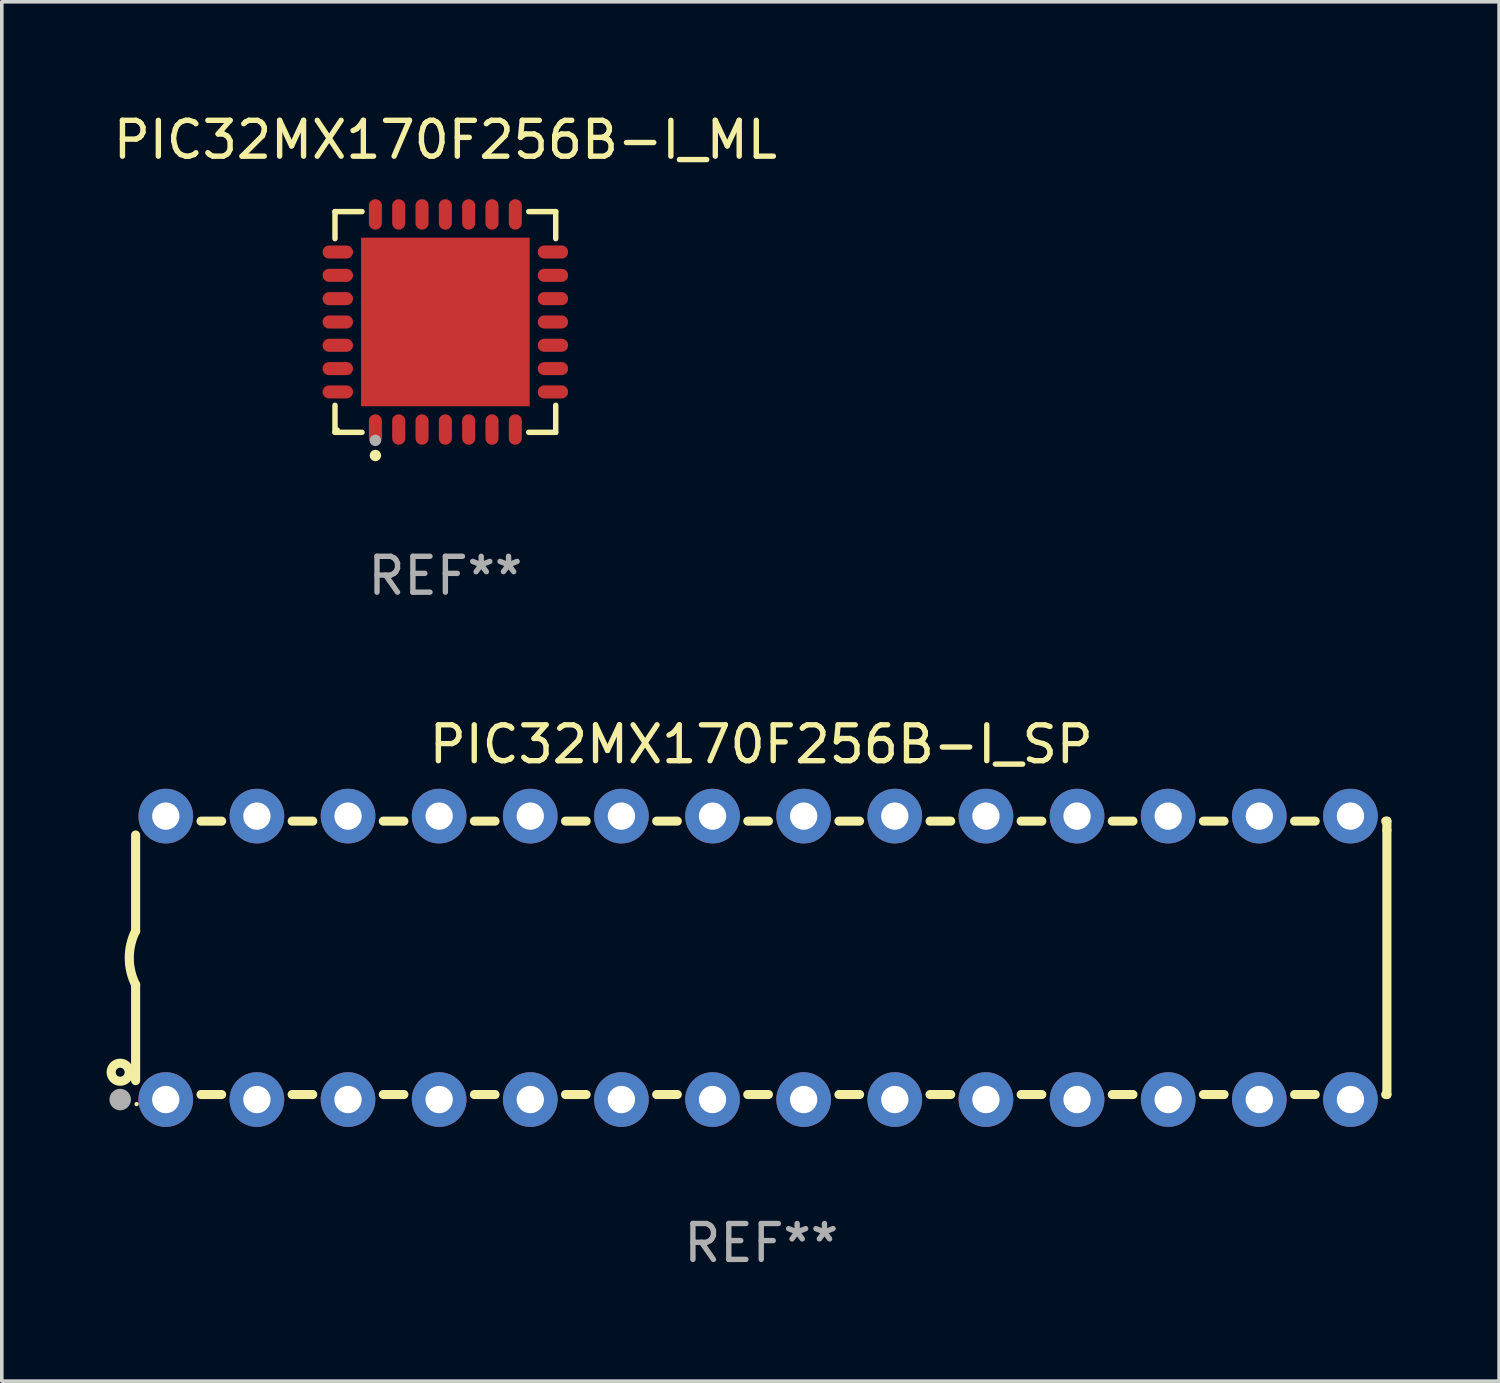
<source format=kicad_pcb>
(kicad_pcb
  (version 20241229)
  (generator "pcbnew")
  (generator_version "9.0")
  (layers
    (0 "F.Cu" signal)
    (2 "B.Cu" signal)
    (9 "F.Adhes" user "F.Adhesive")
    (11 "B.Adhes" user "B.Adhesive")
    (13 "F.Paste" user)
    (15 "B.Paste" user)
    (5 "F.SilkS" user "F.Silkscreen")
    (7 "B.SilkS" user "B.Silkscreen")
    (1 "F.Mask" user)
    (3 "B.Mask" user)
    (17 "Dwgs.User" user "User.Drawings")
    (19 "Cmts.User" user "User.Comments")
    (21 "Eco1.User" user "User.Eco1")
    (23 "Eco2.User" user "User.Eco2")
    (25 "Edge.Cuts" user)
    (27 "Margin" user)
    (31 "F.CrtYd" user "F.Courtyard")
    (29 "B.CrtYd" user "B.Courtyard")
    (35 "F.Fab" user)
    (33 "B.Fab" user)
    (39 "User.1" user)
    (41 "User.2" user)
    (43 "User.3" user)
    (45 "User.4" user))
  (footprint "PIC32MX170F256B-I_ML"
    (layer "F.Cu")
    (at 9.363 5.924)
    (property "Reference" "PIC32MX170F256B-I_ML" (at 0 -5.076 0) (layer "F.SilkS") (effects (font (size 1 1) (thickness 0.15))))
    (attr through_hole)
    (fp_line (start -3.076 -3.076) (end -2.323 -3.076) (stroke (width 0.152) (type solid)) (layer "F.SilkS"))
    (fp_line (start -3.076 -2.323) (end -3.076 -3.076) (stroke (width 0.152) (type solid)) (layer "F.SilkS"))
    (fp_line (start -3.076 2.323) (end -3.076 3.076) (stroke (width 0.152) (type solid)) (layer "F.SilkS"))
    (fp_line (start -3.076 3.076) (end -2.323 3.076) (stroke (width 0.152) (type solid)) (layer "F.SilkS"))
    (fp_line (start 3.076 -3.076) (end 2.323 -3.076) (stroke (width 0.152) (type solid)) (layer "F.SilkS"))
    (fp_line (start 3.076 -2.323) (end 3.076 -3.076) (stroke (width 0.152) (type solid)) (layer "F.SilkS"))
    (fp_line (start 3.076 2.323) (end 3.076 3.076) (stroke (width 0.152) (type solid)) (layer "F.SilkS"))
    (fp_line (start 3.076 3.076) (end 2.323 3.076) (stroke (width 0.152) (type solid)) (layer "F.SilkS"))
    (fp_circle (center -3 3) (end -2.97 3) (stroke (width 0.06) (type solid)) (fill no) (layer "F.SilkS"))
    (fp_circle (center -1.95 3.722) (end -1.87 3.722) (stroke (width 0.16) (type solid)) (fill no) (layer "F.SilkS"))
    (fp_circle (center -1.95 3.3) (end -1.87 3.3) (stroke (width 0.16) (type solid)) (fill no) (layer "F.Fab"))
    (fp_text user "REF**" (at 0 7.076 0) (layer "F.Fab") (effects (font (size 1 1) (thickness 0.15))))
    (pad "1" smd oval (at -1.95 2.998) (size 0.364 0.847) (layers "F.Cu" "F.Mask" "F.Paste"))
    (pad "2" smd oval (at -1.3 2.998) (size 0.364 0.847) (layers "F.Cu" "F.Mask" "F.Paste"))
    (pad "3" smd oval (at -0.65 2.998) (size 0.364 0.847) (layers "F.Cu" "F.Mask" "F.Paste"))
    (pad "4" smd oval (at 0 2.998) (size 0.364 0.847) (layers "F.Cu" "F.Mask" "F.Paste"))
    (pad "5" smd oval (at 0.65 2.998) (size 0.364 0.847) (layers "F.Cu" "F.Mask" "F.Paste"))
    (pad "6" smd oval (at 1.3 2.998) (size 0.364 0.847) (layers "F.Cu" "F.Mask" "F.Paste"))
    (pad "7" smd oval (at 1.95 2.998) (size 0.364 0.847) (layers "F.Cu" "F.Mask" "F.Paste"))
    (pad "8" smd oval (at 2.998 1.95) (size 0.847 0.364) (layers "F.Cu" "F.Mask" "F.Paste"))
    (pad "9" smd oval (at 2.998 1.3) (size 0.847 0.364) (layers "F.Cu" "F.Mask" "F.Paste"))
    (pad "10" smd oval (at 2.998 0.65) (size 0.847 0.364) (layers "F.Cu" "F.Mask" "F.Paste"))
    (pad "11" smd oval (at 2.998 0) (size 0.847 0.364) (layers "F.Cu" "F.Mask" "F.Paste"))
    (pad "12" smd oval (at 2.998 -0.65) (size 0.847 0.364) (layers "F.Cu" "F.Mask" "F.Paste"))
    (pad "13" smd oval (at 2.998 -1.3) (size 0.847 0.364) (layers "F.Cu" "F.Mask" "F.Paste"))
    (pad "14" smd oval (at 2.998 -1.95) (size 0.847 0.364) (layers "F.Cu" "F.Mask" "F.Paste"))
    (pad "15" smd oval (at 1.95 -2.998) (size 0.364 0.847) (layers "F.Cu" "F.Mask" "F.Paste"))
    (pad "16" smd oval (at 1.3 -2.998) (size 0.364 0.847) (layers "F.Cu" "F.Mask" "F.Paste"))
    (pad "17" smd oval (at 0.65 -2.998) (size 0.364 0.847) (layers "F.Cu" "F.Mask" "F.Paste"))
    (pad "18" smd oval (at 0 -2.998) (size 0.364 0.847) (layers "F.Cu" "F.Mask" "F.Paste"))
    (pad "19" smd oval (at -0.65 -2.998) (size 0.364 0.847) (layers "F.Cu" "F.Mask" "F.Paste"))
    (pad "20" smd oval (at -1.3 -2.998) (size 0.364 0.847) (layers "F.Cu" "F.Mask" "F.Paste"))
    (pad "21" smd oval (at -1.95 -2.998) (size 0.364 0.847) (layers "F.Cu" "F.Mask" "F.Paste"))
    (pad "22" smd oval (at -2.998 -1.95) (size 0.847 0.364) (layers "F.Cu" "F.Mask" "F.Paste"))
    (pad "23" smd oval (at -2.998 -1.3) (size 0.847 0.364) (layers "F.Cu" "F.Mask" "F.Paste"))
    (pad "24" smd oval (at -2.998 -0.65) (size 0.847 0.364) (layers "F.Cu" "F.Mask" "F.Paste"))
    (pad "25" smd oval (at -2.998 0) (size 0.847 0.364) (layers "F.Cu" "F.Mask" "F.Paste"))
    (pad "26" smd oval (at -2.998 0.65) (size 0.847 0.364) (layers "F.Cu" "F.Mask" "F.Paste"))
    (pad "27" smd oval (at -2.998 1.3) (size 0.847 0.364) (layers "F.Cu" "F.Mask" "F.Paste"))
    (pad "28" smd oval (at -2.998 1.95) (size 0.847 0.364) (layers "F.Cu" "F.Mask" "F.Paste"))
    (pad "29" smd rect (at 0 0) (size 4.7 4.7) (layers "F.Cu" "F.Mask" "F.Paste")))
  (footprint "PIC32MX170F256B-I_SP"
    (layer "F.Cu")
    (at 18.168 23.647)
    (property "Reference" "PIC32MX170F256B-I_SP" (at 0 -5.95 0) (layer "F.SilkS") (effects (font (size 1 1) (thickness 0.15))))
    (attr through_hole)
    (fp_line (start -17.438 0.75) (end -17.438 3.423) (stroke (width 0.254) (type solid)) (layer "F.SilkS"))
    (fp_line (start -17.438 -3.423) (end -17.438 -0.75) (stroke (width 0.254) (type solid)) (layer "F.SilkS"))
    (fp_line (start -15.615 3.81) (end -15.041 3.81) (stroke (width 0.254) (type solid)) (layer "F.SilkS"))
    (fp_line (start -15.041 -3.81) (end -15.614 -3.81) (stroke (width 0.254) (type solid)) (layer "F.SilkS"))
    (fp_line (start -13.075 3.81) (end -12.501 3.81) (stroke (width 0.254) (type solid)) (layer "F.SilkS"))
    (fp_line (start -12.501 -3.81) (end -13.074 -3.81) (stroke (width 0.254) (type solid)) (layer "F.SilkS"))
    (fp_line (start -10.535 3.81) (end -9.961 3.81) (stroke (width 0.254) (type solid)) (layer "F.SilkS"))
    (fp_line (start -9.961 -3.81) (end -10.534 -3.81) (stroke (width 0.254) (type solid)) (layer "F.SilkS"))
    (fp_line (start -7.995 3.81) (end -7.421 3.81) (stroke (width 0.254) (type solid)) (layer "F.SilkS"))
    (fp_line (start -7.421 -3.81) (end -7.995 -3.81) (stroke (width 0.254) (type solid)) (layer "F.SilkS"))
    (fp_line (start -5.455 3.81) (end -4.881 3.81) (stroke (width 0.254) (type solid)) (layer "F.SilkS"))
    (fp_line (start -4.881 -3.81) (end -5.455 -3.81) (stroke (width 0.254) (type solid)) (layer "F.SilkS"))
    (fp_line (start -2.915 3.81) (end -2.341 3.81) (stroke (width 0.254) (type solid)) (layer "F.SilkS"))
    (fp_line (start -2.341 -3.81) (end -2.915 -3.81) (stroke (width 0.254) (type solid)) (layer "F.SilkS"))
    (fp_line (start -0.375 3.81) (end 0.199 3.81) (stroke (width 0.254) (type solid)) (layer "F.SilkS"))
    (fp_line (start 0.199 -3.81) (end -0.375 -3.81) (stroke (width 0.254) (type solid)) (layer "F.SilkS"))
    (fp_line (start 2.165 3.81) (end 2.739 3.81) (stroke (width 0.254) (type solid)) (layer "F.SilkS"))
    (fp_line (start 2.739 -3.81) (end 2.165 -3.81) (stroke (width 0.254) (type solid)) (layer "F.SilkS"))
    (fp_line (start 4.705 3.81) (end 5.279 3.81) (stroke (width 0.254) (type solid)) (layer "F.SilkS"))
    (fp_line (start 5.279 -3.81) (end 4.705 -3.81) (stroke (width 0.254) (type solid)) (layer "F.SilkS"))
    (fp_line (start 7.245 3.81) (end 7.819 3.81) (stroke (width 0.254) (type solid)) (layer "F.SilkS"))
    (fp_line (start 7.819 -3.81) (end 7.245 -3.81) (stroke (width 0.254) (type solid)) (layer "F.SilkS"))
    (fp_line (start 9.785 3.81) (end 10.359 3.81) (stroke (width 0.254) (type solid)) (layer "F.SilkS"))
    (fp_line (start 10.359 -3.81) (end 9.785 -3.81) (stroke (width 0.254) (type solid)) (layer "F.SilkS"))
    (fp_line (start 12.325 3.81) (end 12.899 3.81) (stroke (width 0.254) (type solid)) (layer "F.SilkS"))
    (fp_line (start 12.899 -3.81) (end 12.325 -3.81) (stroke (width 0.254) (type solid)) (layer "F.SilkS"))
    (fp_line (start 14.865 3.81) (end 15.439 3.81) (stroke (width 0.254) (type solid)) (layer "F.SilkS"))
    (fp_line (start 15.439 -3.81) (end 14.865 -3.81) (stroke (width 0.254) (type solid)) (layer "F.SilkS"))
    (fp_line (start 17.405 3.81) (end 17.438 3.81) (stroke (width 0.254) (type solid)) (layer "F.SilkS"))
    (fp_line (start 17.438 -3.81) (end 17.405 -3.81) (stroke (width 0.254) (type solid)) (layer "F.SilkS"))
    (fp_line (start 17.438 -3.556) (end 17.438 -3.81) (stroke (width 0.254) (type solid)) (layer "F.SilkS"))
    (fp_line (start 17.438 3.81) (end 17.438 -3.556) (stroke (width 0.254) (type solid)) (layer "F.SilkS"))
    (fp_arc (start -17.437986 0.749657) (mid -17.614887 -0.000024) (end -17.437783 -0.749657) (stroke (width 0.254001) (type solid)) (layer "F.SilkS"))
    (fp_circle (center -17.868 3.188) (end -17.743 3.188) (stroke (width 0.254) (type solid)) (fill no) (layer "F.SilkS"))
    (fp_circle (center -17.411 4.077) (end -17.381 4.077) (stroke (width 0.06) (type solid)) (fill no) (layer "F.SilkS"))
    (fp_circle (center -17.868 3.95) (end -17.718 3.95) (stroke (width 0.3) (type solid)) (fill no) (layer "F.Fab"))
    (fp_text user "REF**" (at 0 7.95 0) (layer "F.Fab") (effects (font (size 1 1) (thickness 0.15))))
    (pad "1" thru_hole circle (at -16.598 3.95) (size 1.524 1.524) (drill 0.762) (layers "*.Cu" "*.Mask"))
    (pad "2" thru_hole circle (at -14.058 3.95) (size 1.524 1.524) (drill 0.762) (layers "*.Cu" "*.Mask"))
    (pad "3" thru_hole circle (at -11.518 3.95) (size 1.524 1.524) (drill 0.762) (layers "*.Cu" "*.Mask"))
    (pad "4" thru_hole circle (at -8.978 3.95) (size 1.524 1.524) (drill 0.762) (layers "*.Cu" "*.Mask"))
    (pad "5" thru_hole circle (at -6.438 3.95) (size 1.524 1.524) (drill 0.762) (layers "*.Cu" "*.Mask"))
    (pad "6" thru_hole circle (at -3.898 3.95) (size 1.524 1.524) (drill 0.762) (layers "*.Cu" "*.Mask"))
    (pad "7" thru_hole circle (at -1.358 3.95) (size 1.524 1.524) (drill 0.762) (layers "*.Cu" "*.Mask"))
    (pad "8" thru_hole circle (at 1.182 3.95) (size 1.524 1.524) (drill 0.762) (layers "*.Cu" "*.Mask"))
    (pad "9" thru_hole circle (at 3.722 3.95) (size 1.524 1.524) (drill 0.762) (layers "*.Cu" "*.Mask"))
    (pad "10" thru_hole circle (at 6.262 3.95) (size 1.524 1.524) (drill 0.762) (layers "*.Cu" "*.Mask"))
    (pad "11" thru_hole circle (at 8.802 3.95) (size 1.524 1.524) (drill 0.762) (layers "*.Cu" "*.Mask"))
    (pad "12" thru_hole circle (at 11.342 3.95) (size 1.524 1.524) (drill 0.762) (layers "*.Cu" "*.Mask"))
    (pad "13" thru_hole circle (at 13.882 3.95) (size 1.524 1.524) (drill 0.762) (layers "*.Cu" "*.Mask"))
    (pad "14" thru_hole circle (at 16.422 3.95) (size 1.524 1.524) (drill 0.762) (layers "*.Cu" "*.Mask"))
    (pad "15" thru_hole circle (at 16.422 -3.95) (size 1.524 1.524) (drill 0.762) (layers "*.Cu" "*.Mask"))
    (pad "16" thru_hole circle (at 13.882 -3.95) (size 1.524 1.524) (drill 0.762) (layers "*.Cu" "*.Mask"))
    (pad "17" thru_hole circle (at 11.342 -3.95) (size 1.524 1.524) (drill 0.762) (layers "*.Cu" "*.Mask"))
    (pad "18" thru_hole circle (at 8.802 -3.95) (size 1.524 1.524) (drill 0.762) (layers "*.Cu" "*.Mask"))
    (pad "19" thru_hole circle (at 6.262 -3.95) (size 1.524 1.524) (drill 0.762) (layers "*.Cu" "*.Mask"))
    (pad "20" thru_hole circle (at 3.722 -3.95) (size 1.524 1.524) (drill 0.762) (layers "*.Cu" "*.Mask"))
    (pad "21" thru_hole circle (at 1.182 -3.95) (size 1.524 1.524) (drill 0.762) (layers "*.Cu" "*.Mask"))
    (pad "22" thru_hole circle (at -1.358 -3.95) (size 1.524 1.524) (drill 0.762) (layers "*.Cu" "*.Mask"))
    (pad "23" thru_hole circle (at -3.898 -3.95) (size 1.524 1.524) (drill 0.762) (layers "*.Cu" "*.Mask"))
    (pad "24" thru_hole circle (at -6.438 -3.95) (size 1.524 1.524) (drill 0.762) (layers "*.Cu" "*.Mask"))
    (pad "25" thru_hole circle (at -8.978 -3.95) (size 1.524 1.524) (drill 0.762) (layers "*.Cu" "*.Mask"))
    (pad "26" thru_hole circle (at -11.517 -3.95) (size 1.524 1.524) (drill 0.762) (layers "*.Cu" "*.Mask"))
    (pad "27" thru_hole circle (at -14.057 -3.95) (size 1.524 1.524) (drill 0.762) (layers "*.Cu" "*.Mask"))
    (pad "28" thru_hole circle (at -16.597 -3.95) (size 1.524 1.524) (drill 0.762) (layers "*.Cu" "*.Mask")))
  (gr_rect
    (start -3 -3)
    (end 38.733 35.445)
    (stroke (width 0.1) (type default))
    (fill no)
    (layer "Edge.Cuts")))
</source>
